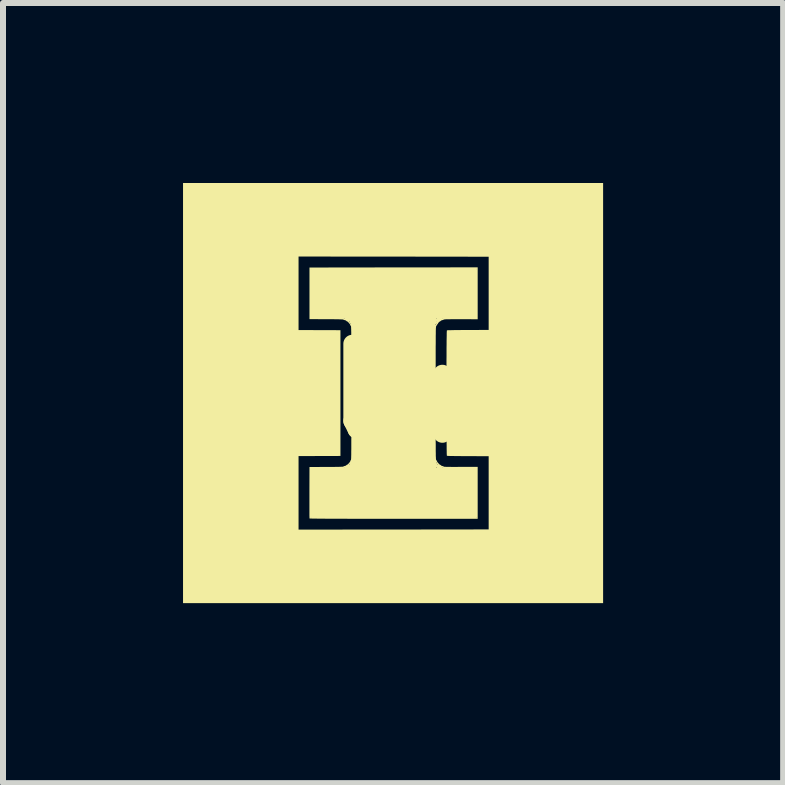
<source format=kicad_pcb>
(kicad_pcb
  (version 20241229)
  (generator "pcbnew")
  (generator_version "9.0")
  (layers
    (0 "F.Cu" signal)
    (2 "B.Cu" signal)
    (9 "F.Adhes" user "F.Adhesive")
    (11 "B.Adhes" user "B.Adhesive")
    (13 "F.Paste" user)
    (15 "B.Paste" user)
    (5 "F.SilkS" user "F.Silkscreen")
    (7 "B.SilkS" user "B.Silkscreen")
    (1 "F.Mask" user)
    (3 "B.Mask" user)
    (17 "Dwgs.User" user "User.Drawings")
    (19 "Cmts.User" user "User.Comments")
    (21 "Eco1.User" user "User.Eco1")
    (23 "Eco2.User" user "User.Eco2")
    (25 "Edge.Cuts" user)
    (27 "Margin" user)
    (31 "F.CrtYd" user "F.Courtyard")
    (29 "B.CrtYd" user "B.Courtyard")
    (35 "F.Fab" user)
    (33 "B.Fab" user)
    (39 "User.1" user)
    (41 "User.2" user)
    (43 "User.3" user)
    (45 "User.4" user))
  (footprint "illini"
    (layer "F.Cu")
    (at 3.5 3.5)
    (property "Reference" "illini" (at 0 0 0) (layer "F.SilkS") (effects (font (size 1.5 1.5) (thickness 0.3))))
    (attr board_only exclude_from_pos_files exclude_from_bom)
    (fp_poly (pts (xy 3.5 0) (xy 3.5 3.5) (xy 0 3.5) (xy -3.5 3.5) (xy -3.5 0) (xy -3.5 -2.275) (xy -1.575 -2.275) (xy -1.575 -1.663) (xy -1.575 -1.05) (xy -1.226 -1.049) (xy -0.877 -1.048) (xy -0.877 0) (xy -0.877 1.048) (xy -1.226 1.049) (xy -1.575 1.05) (xy -1.575 1.663) (xy -1.575 2.275) (xy 0.009 2.274) (xy 1.593 2.272) (xy 1.593 1.663) (xy 1.593 1.052) (xy 1.248 1.051) (xy 1.173 1.051) (xy 1.108 1.05) (xy 1.052 1.05) (xy 1.006 1.049) (xy 0.968 1.049) (xy 0.938 1.048) (xy 0.917 1.047) (xy 0.903 1.046) (xy 0.897 1.045) (xy 0.897 1.044) (xy 0.896 1.039) (xy 0.895 1.024) (xy 0.894 1) (xy 0.894 0.968) (xy 0.893 0.928) (xy 0.893 0.881) (xy 0.892 0.827) (xy 0.892 0.767) (xy 0.891 0.702) (xy 0.891 0.632) (xy 0.89 0.558) (xy 0.89 0.48) (xy 0.89 0.398) (xy 0.89 0.314) (xy 0.889 0.229) (xy 0.889 0.141) (xy 0.889 0.053) (xy 0.889 -0.036) (xy 0.889 -0.124) (xy 0.889 -0.212) (xy 0.89 -0.298) (xy 0.89 -0.382) (xy 0.89 -0.464) (xy 0.89 -0.543) (xy 0.891 -0.618) (xy 0.891 -0.689) (xy 0.891 -0.755) (xy 0.892 -0.816) (xy 0.892 -0.871) (xy 0.893 -0.919) (xy 0.894 -0.961) (xy 0.894 -0.994) (xy 0.895 -1.02) (xy 0.896 -1.037) (xy 0.897 -1.044) (xy 0.897 -1.044) (xy 0.902 -1.046) (xy 0.914 -1.047) (xy 0.935 -1.048) (xy 0.963 -1.048) (xy 1 -1.049) (xy 1.045 -1.05) (xy 1.1 -1.05) (xy 1.163 -1.051) (xy 1.237 -1.051) (xy 1.248 -1.051) (xy 1.593 -1.052) (xy 1.593 -1.663) (xy 1.593 -2.272) (xy 0.009 -2.274) (xy -1.575 -2.275) (xy -3.5 -2.275) (xy -3.5 -3.5) (xy 0 -3.5) (xy 3.5 -3.5)) (stroke (width 0) (type solid)) (fill yes) (layer "F.SilkS"))
    (fp_poly (pts (xy 1.41 -1.662) (xy 1.41 -1.23) (xy 1.133 -1.231) (xy 1.072 -1.231) (xy 1.021 -1.231) (xy 0.978 -1.231) (xy 0.943 -1.23) (xy 0.915 -1.23) (xy 0.893 -1.23) (xy 0.876 -1.229) (xy 0.863 -1.228) (xy 0.854 -1.227) (xy 0.848 -1.225) (xy 0.844 -1.224) (xy 0.843 -1.223) (xy 0.829 -1.217) (xy 0.818 -1.215) (xy 0.806 -1.211) (xy 0.797 -1.205) (xy 0.789 -1.198) (xy 0.784 -1.195) (xy 0.777 -1.192) (xy 0.767 -1.183) (xy 0.757 -1.173) (xy 0.751 -1.165) (xy 0.75 -1.162) (xy 0.747 -1.155) (xy 0.74 -1.147) (xy 0.733 -1.139) (xy 0.73 -1.134) (xy 0.727 -1.127) (xy 0.72 -1.117) (xy 0.72 -1.116) (xy 0.719 -1.115) (xy 0.718 -1.113) (xy 0.717 -1.11) (xy 0.716 -1.107) (xy 0.715 -1.101) (xy 0.715 -1.094) (xy 0.714 -1.085) (xy 0.713 -1.072) (xy 0.713 -1.057) (xy 0.712 -1.038) (xy 0.712 -1.016) (xy 0.712 -0.989) (xy 0.711 -0.957) (xy 0.711 -0.92) (xy 0.711 -0.878) (xy 0.711 -0.83) (xy 0.71 -0.776) (xy 0.71 -0.715) (xy 0.71 -0.647) (xy 0.71 -0.572) (xy 0.71 -0.489) (xy 0.71 -0.397) (xy 0.71 -0.297) (xy 0.71 -0.188) (xy 0.71 -0.07) (xy 0.71 -0.000001) (xy 0.71 0.124) (xy 0.71 0.238) (xy 0.71 0.343) (xy 0.71 0.439) (xy 0.71 0.527) (xy 0.71 0.606) (xy 0.71 0.678) (xy 0.71 0.743) (xy 0.71 0.801) (xy 0.711 0.852) (xy 0.711 0.898) (xy 0.711 0.937) (xy 0.711 0.972) (xy 0.712 1.001) (xy 0.712 1.026) (xy 0.712 1.047) (xy 0.713 1.064) (xy 0.714 1.078) (xy 0.714 1.089) (xy 0.715 1.098) (xy 0.716 1.104) (xy 0.716 1.108) (xy 0.717 1.112) (xy 0.718 1.114) (xy 0.719 1.116) (xy 0.72 1.116) (xy 0.727 1.126) (xy 0.73 1.132) (xy 0.73 1.132) (xy 0.733 1.14) (xy 0.741 1.153) (xy 0.753 1.167) (xy 0.765 1.18) (xy 0.776 1.19) (xy 0.783 1.195) (xy 0.784 1.195) (xy 0.792 1.198) (xy 0.799 1.205) (xy 0.81 1.213) (xy 0.819 1.215) (xy 0.833 1.218) (xy 0.841 1.223) (xy 0.843 1.225) (xy 0.848 1.226) (xy 0.855 1.228) (xy 0.865 1.229) (xy 0.879 1.229) (xy 0.898 1.23) (xy 0.923 1.23) (xy 0.954 1.23) (xy 0.993 1.231) (xy 1.039 1.231) (xy 1.094 1.23) (xy 1.13 1.23) (xy 1.41 1.23) (xy 1.41 1.662) (xy 1.41 2.095) (xy 0.01 2.095) (xy -0.135 2.095) (xy -0.271 2.095) (xy -0.397 2.095) (xy -0.514 2.095) (xy -0.622 2.095) (xy -0.721 2.095) (xy -0.812 2.094) (xy -0.896 2.094) (xy -0.971 2.094) (xy -1.04 2.094) (xy -1.101 2.094) (xy -1.156 2.093) (xy -1.204 2.093) (xy -1.245 2.093) (xy -1.281 2.092) (xy -1.312 2.092) (xy -1.337 2.092) (xy -1.357 2.091) (xy -1.372 2.091) (xy -1.383 2.09) (xy -1.39 2.09) (xy -1.393 2.089) (xy -1.393 2.089) (xy -1.393 2.083) (xy -1.393 2.068) (xy -1.393 2.067) (xy -1.37 2.067) (xy -1.367 2.07) (xy -1.365 2.067) (xy -1.366 2.067) (xy 1.382 2.067) (xy 1.382 2.07) (xy 1.385 2.07) (xy 1.389 2.068) (xy 1.388 2.067) (xy 1.382 2.066) (xy 1.382 2.067) (xy -1.366 2.067) (xy -1.367 2.065) (xy -1.37 2.067) (xy -1.393 2.067) (xy -1.394 2.044) (xy -1.394 2.013) (xy -1.394 1.974) (xy -1.394 1.93) (xy -1.394 1.879) (xy -1.394 1.824) (xy -1.394 1.765) (xy -1.394 1.703) (xy -1.394 1.657) (xy -1.393 1.237) (xy -0.818 1.237) (xy -0.818 1.24) (xy -0.815 1.24) (xy 0.72 1.24) (xy 0.724 1.245) (xy 0.725 1.245) (xy 0.73 1.241) (xy 0.73 1.24) (xy 0.729 1.239) (xy 0.822 1.239) (xy 0.827 1.24) (xy 0.834 1.239) (xy 0.834 1.237) (xy 0.827 1.236) (xy 0.824 1.237) (xy 0.822 1.239) (xy 0.729 1.239) (xy 0.726 1.235) (xy 0.725 1.235) (xy 0.72 1.239) (xy 0.72 1.24) (xy -0.815 1.24) (xy -0.811 1.238) (xy -0.812 1.237) (xy -0.818 1.236) (xy -0.818 1.237) (xy -1.393 1.237) (xy -1.393 1.232) (xy -1.112 1.231) (xy -1.051 1.231) (xy -0.999 1.231) (xy -0.956 1.23) (xy -0.92 1.23) (xy -0.892 1.229) (xy -0.869 1.228) (xy -0.853 1.228) (xy -0.84 1.227) (xy -0.832 1.225) (xy -0.827 1.224) (xy -0.825 1.222) (xy -0.825 1.222) (xy -0.816 1.217) (xy -0.805 1.215) (xy -0.791 1.211) (xy -0.782 1.205) (xy -0.774 1.197) (xy -0.768 1.195) (xy -0.76 1.191) (xy -0.753 1.185) (xy -0.73 1.185) (xy -0.726 1.19) (xy -0.725 1.19) (xy -0.721 1.187) (xy 0.735 1.187) (xy 0.737 1.194) (xy 0.741 1.192) (xy 0.742 1.19) (xy 0.742 1.184) (xy 0.74 1.183) (xy 0.736 1.184) (xy 0.735 1.187) (xy -0.721 1.187) (xy -0.72 1.186) (xy -0.72 1.185) (xy -0.724 1.18) (xy -0.725 1.18) (xy -0.73 1.184) (xy -0.73 1.185) (xy -0.753 1.185) (xy -0.748 1.181) (xy -0.735 1.167) (xy -0.731 1.162) (xy 0.72 1.162) (xy 0.723 1.169) (xy 0.725 1.17) (xy 0.73 1.166) (xy 0.73 1.165) (xy 0.726 1.159) (xy 0.725 1.157) (xy 0.721 1.159) (xy 0.72 1.162) (xy -0.731 1.162) (xy -0.723 1.152) (xy -0.714 1.138) (xy -0.71 1.128) (xy -0.71 1.127) (xy -0.707 1.119) (xy -0.703 1.115) (xy -0.702 1.113) (xy -0.701 1.11) (xy -0.7 1.105) (xy -0.699 1.096) (xy -0.699 1.085) (xy -0.698 1.071) (xy -0.698 1.052) (xy -0.697 1.03) (xy -0.697 1.003) (xy -0.697 0.971) (xy -0.696 0.934) (xy -0.696 0.892) (xy -0.696 0.843) (xy -0.696 0.788) (xy -0.695 0.726) (xy -0.695 0.658) (xy -0.695 0.581) (xy -0.695 0.497) (xy -0.695 0.404) (xy -0.695 0.303) (xy -0.695 0.193) (xy -0.695 0.073) (xy -0.695 0) (xy -0.695 -0.125) (xy -0.695 -0.241) (xy -0.695 -0.347) (xy -0.695 -0.445) (xy -0.695 -0.534) (xy -0.695 -0.615) (xy -0.695 -0.688) (xy -0.696 -0.754) (xy -0.696 -0.812) (xy -0.696 -0.865) (xy -0.696 -0.911) (xy -0.696 -0.951) (xy -0.697 -0.985) (xy -0.697 -1.015) (xy -0.698 -1.04) (xy -0.698 -1.061) (xy -0.699 -1.077) (xy -0.699 -1.09) (xy -0.7 -1.1) (xy -0.7 -1.107) (xy -0.701 -1.112) (xy -0.702 -1.114) (xy -0.703 -1.115) (xy -0.709 -1.123) (xy -0.71 -1.127) (xy -0.713 -1.136) (xy -0.72 -1.148) (xy 0.702 -1.148) (xy 0.703 -1.145) (xy 0.707 -1.14) (xy 0.708 -1.14) (xy 0.711 -1.143) (xy 0.713 -1.145) (xy 0.711 -1.149) (xy 0.708 -1.15) (xy 0.702 -1.148) (xy -0.72 -1.148) (xy -0.722 -1.15) (xy -0.73 -1.16) (xy -0.71 -1.16) (xy -0.706 -1.155) (xy -0.705 -1.155) (xy -0.7 -1.159) (xy -0.7 -1.16) (xy -0.702 -1.163) (xy 0.72 -1.163) (xy 0.721 -1.156) (xy 0.723 -1.156) (xy 0.724 -1.163) (xy 0.723 -1.166) (xy 0.721 -1.168) (xy 0.72 -1.163) (xy -0.702 -1.163) (xy -0.704 -1.165) (xy -0.705 -1.165) (xy -0.71 -1.161) (xy -0.71 -1.16) (xy -0.73 -1.16) (xy -0.733 -1.165) (xy -0.746 -1.179) (xy -0.753 -1.185) (xy -0.73 -1.185) (xy -0.726 -1.18) (xy -0.725 -1.18) (xy -0.721 -1.184) (xy -0.72 -1.188) (xy -0.722 -1.193) (xy -0.725 -1.192) (xy -0.73 -1.186) (xy -0.73 -1.185) (xy -0.753 -1.185) (xy -0.758 -1.19) (xy -0.767 -1.195) (xy -0.768 -1.195) (xy -0.773 -1.198) (xy 0.725 -1.198) (xy 0.728 -1.195) (xy 0.73 -1.198) (xy 0.728 -1.2) (xy 0.725 -1.198) (xy -0.773 -1.198) (xy -0.775 -1.198) (xy -0.782 -1.205) (xy -0.794 -1.213) (xy -0.804 -1.215) (xy -0.817 -1.218) (xy -0.825 -1.222) (xy -0.828 -1.224) (xy -0.833 -1.225) (xy -0.842 -1.227) (xy -0.855 -1.228) (xy -0.873 -1.228) (xy -0.896 -1.229) (xy -0.926 -1.23) (xy -0.963 -1.23) (xy -1.007 -1.231) (xy -1.061 -1.231) (xy -1.113 -1.231) (xy -1.393 -1.232) (xy -1.393 -1.24) (xy -0.82 -1.24) (xy -0.816 -1.235) (xy -0.815 -1.235) (xy -0.81 -1.237) (xy -0.81 -1.237) (xy -0.812 -1.24) (xy 0.723 -1.24) (xy 0.723 -1.235) (xy 0.725 -1.235) (xy 0.729 -1.238) (xy 0.827 -1.238) (xy 0.827 -1.235) (xy 0.83 -1.235) (xy 0.834 -1.237) (xy 0.833 -1.238) (xy 0.827 -1.239) (xy 0.827 -1.238) (xy 0.729 -1.238) (xy 0.73 -1.239) (xy 0.73 -1.24) (xy 0.728 -1.245) (xy 0.728 -1.245) (xy 0.724 -1.241) (xy 0.723 -1.24) (xy -0.812 -1.24) (xy -0.814 -1.241) (xy -0.815 -1.242) (xy -0.82 -1.242) (xy -0.82 -1.24) (xy -1.393 -1.24) (xy -1.393 -1.663) (xy -1.393 -2.067) (xy -1.37 -2.067) (xy -1.367 -2.065) (xy -1.365 -2.067) (xy -1.366 -2.068) (xy 1.382 -2.068) (xy 1.382 -2.065) (xy 1.385 -2.065) (xy 1.389 -2.067) (xy 1.388 -2.068) (xy 1.382 -2.069) (xy 1.382 -2.068) (xy -1.366 -2.068) (xy -1.367 -2.07) (xy -1.37 -2.067) (xy -1.393 -2.067) (xy -1.393 -2.092) (xy 0.009 -2.094) (xy 1.41 -2.095)) (stroke (width 0) (type solid)) (fill yes) (layer "F.SilkS")))
  (gr_rect
    (start -3 -3)
    (end 10 10)
    (stroke (width 0.1) (type default))
    (fill no)
    (layer "Edge.Cuts")))
</source>
